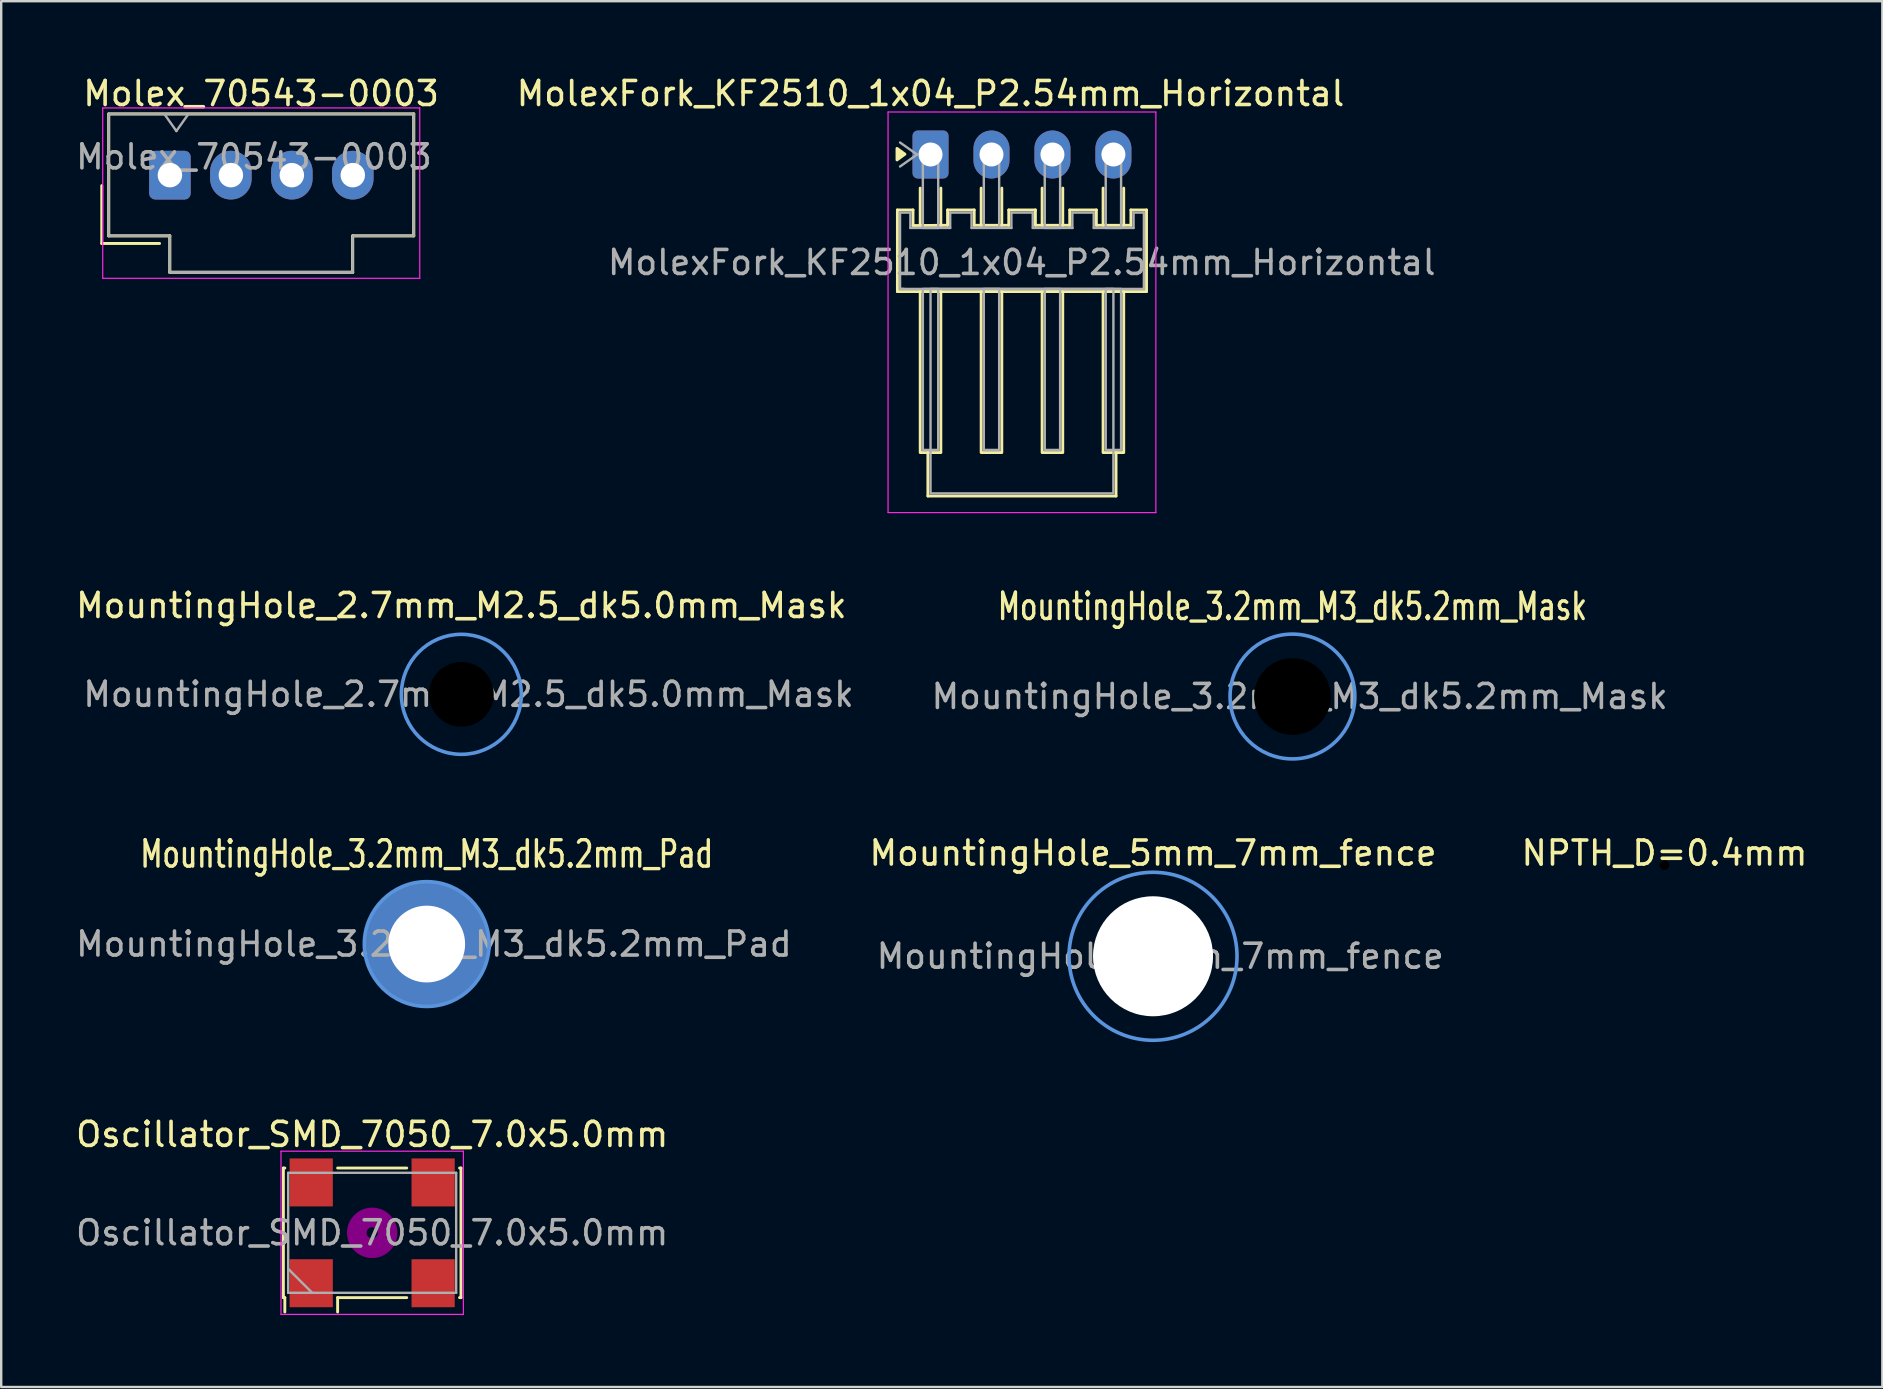
<source format=kicad_pcb>
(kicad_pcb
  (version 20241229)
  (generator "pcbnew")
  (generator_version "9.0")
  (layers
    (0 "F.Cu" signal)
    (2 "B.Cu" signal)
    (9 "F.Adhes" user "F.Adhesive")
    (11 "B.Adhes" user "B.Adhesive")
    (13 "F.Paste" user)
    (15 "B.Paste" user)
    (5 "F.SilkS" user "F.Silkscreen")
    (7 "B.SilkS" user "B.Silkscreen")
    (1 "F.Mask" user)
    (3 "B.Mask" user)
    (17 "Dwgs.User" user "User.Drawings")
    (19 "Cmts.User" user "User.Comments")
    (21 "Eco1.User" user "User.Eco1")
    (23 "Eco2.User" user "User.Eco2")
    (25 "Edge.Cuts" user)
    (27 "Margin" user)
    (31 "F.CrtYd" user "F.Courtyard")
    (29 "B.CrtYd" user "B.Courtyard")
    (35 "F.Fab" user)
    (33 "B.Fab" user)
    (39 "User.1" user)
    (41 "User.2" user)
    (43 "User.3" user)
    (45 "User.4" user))
  (footprint "MountingHole_5mm_7mm_fence"
    (layer "F.Cu")
    (at 44.994 36.796)
    (property "Reference" "MountingHole_5mm_7mm_fence" (at 0 -4.3 0) (layer "F.SilkS") (effects (font (size 1 1) (thickness 0.15))))
    (attr exclude_from_pos_files exclude_from_bom)
    (fp_circle (center 0 0) (end 3.5 0) (stroke (width 0.15) (type solid)) (fill no) (layer "Cmts.User"))
    (fp_circle (center 0 0) (end 3.5 0) (stroke (width 0.05) (type solid)) (fill no) (layer "F.CrtYd"))
    (fp_text user "${REFERENCE}" (at 0.3 0 0) (layer "F.Fab") (effects (font (size 1 1) (thickness 0.15))))
    (pad "" np_thru_hole circle (at 0 0) (size 5 5) (drill 5) (layers "*.Cu" "*.Mask")))
  (footprint "MountingHole_3.2mm_M3_dk5.2mm_Mask"
    (layer "F.Cu")
    (at 50.804 25.972)
    (property "Reference" "MountingHole_3.2mm_M3_dk5.2mm_Mask" (at 0 -3.75 0) (unlocked yes) (layer "F.SilkS") (effects (font (size 1.1 0.8) (thickness 0.14))))
    (attr exclude_from_pos_files)
    (fp_circle (center 0 0) (end 2.6 0) (stroke (width 0.15) (type solid)) (fill no) (layer "Cmts.User"))
    (fp_circle (center 0 0) (end 2.6 0) (stroke (width 0.05) (type solid)) (fill no) (layer "F.CrtYd"))
    (fp_text user "${REFERENCE}" (at 0.3 0 0) (unlocked yes) (layer "F.Fab") (effects (font (size 1 1) (thickness 0.15))))
    (pad "" np_thru_hole circle (at 0 0) (size 5.2 5.2) (drill 3.2) (layers "*.Mask")))
  (footprint "NPTH_D=0.4mm"
    (layer "F.Cu")
    (at 66.306 32.996)
    (property "Reference" "NPTH_D=0.4mm" (at 0 -0.5 0) (unlocked yes) (layer "F.SilkS") (effects (font (size 1 1) (thickness 0.15))))
    (attr through_hole allow_missing_courtyard)
    (pad "" np_thru_hole circle (at 0 0) (size 0.42 0.42) (drill 0.4) (layers "*.Mask")))
  (footprint "MolexFork_KF2510_1x04_P2.54mm_Horizontal"
    (layer "F.Cu")
    (at 35.723 3.388)
    (property "Reference" "MolexFork_KF2510_1x04_P2.54mm_Horizontal" (at 0 -2.54 0) (layer "F.SilkS") (effects (font (size 1 1) (thickness 0.15))))
    (attr through_hole)
    (fp_line (start -1.38 2.31) (end -1.38 5.71) (stroke (width 0.12) (type default)) (layer "F.SilkS"))
    (fp_line (start -1.38 2.31) (end -0.73 2.31) (stroke (width 0.12) (type default)) (layer "F.SilkS"))
    (fp_line (start -1.38 5.71) (end -0.11 5.71) (stroke (width 0.12) (type default)) (layer "F.SilkS"))
    (fp_line (start -0.73 2.31) (end -0.73 2.96) (stroke (width 0.12) (type default)) (layer "F.SilkS"))
    (fp_line (start -0.73 2.96) (end 0.71 2.95) (stroke (width 0.12) (type default)) (layer "F.SilkS"))
    (fp_line (start -0.43 1.4) (end -0.43 2.95) (stroke (width 0.12) (type default)) (layer "F.SilkS"))
    (fp_line (start -0.11 5.71) (end 5.19 5.71) (stroke (width 0.12) (type default)) (layer "F.SilkS"))
    (fp_line (start -0.11 12.42) (end -0.11 14.23) (stroke (width 0.12) (type default)) (layer "F.SilkS"))
    (fp_line (start 0.43 1.4) (end 0.43 2.95) (stroke (width 0.12) (type default)) (layer "F.SilkS"))
    (fp_line (start 0.71 2.31) (end 1.82 2.31) (stroke (width 0.12) (type default)) (layer "F.SilkS"))
    (fp_line (start 0.71 2.95) (end 0.71 2.31) (stroke (width 0.12) (type default)) (layer "F.SilkS"))
    (fp_line (start 1.82 2.31) (end 1.82 2.95) (stroke (width 0.12) (type default)) (layer "F.SilkS"))
    (fp_line (start 1.82 2.95) (end 3.26 2.95) (stroke (width 0.12) (type default)) (layer "F.SilkS"))
    (fp_line (start 2.11 1.4) (end 2.11 2.95) (stroke (width 0.12) (type default)) (layer "F.SilkS"))
    (fp_line (start 2.97 1.4) (end 2.97 2.95) (stroke (width 0.12) (type default)) (layer "F.SilkS"))
    (fp_line (start 3.26 2.31) (end 4.37 2.31) (stroke (width 0.12) (type default)) (layer "F.SilkS"))
    (fp_line (start 3.26 2.95) (end 3.26 2.31) (stroke (width 0.12) (type default)) (layer "F.SilkS"))
    (fp_line (start 4.37 2.31) (end 4.37 2.95) (stroke (width 0.12) (type default)) (layer "F.SilkS"))
    (fp_line (start 4.37 2.95) (end 5.81 2.95) (stroke (width 0.12) (type default)) (layer "F.SilkS"))
    (fp_line (start 4.65 1.4) (end 4.65 2.95) (stroke (width 0.12) (type default)) (layer "F.SilkS"))
    (fp_line (start 5.19 5.71) (end 9 5.71) (stroke (width 0.12) (type default)) (layer "F.SilkS"))
    (fp_line (start 5.51 1.4) (end 5.51 2.95) (stroke (width 0.12) (type default)) (layer "F.SilkS"))
    (fp_line (start 5.8 2.31) (end 6.91 2.31) (stroke (width 0.12) (type default)) (layer "F.SilkS"))
    (fp_line (start 5.8 2.95) (end 5.8 2.31) (stroke (width 0.12) (type default)) (layer "F.SilkS"))
    (fp_line (start 6.91 2.31) (end 6.91 2.95) (stroke (width 0.12) (type default)) (layer "F.SilkS"))
    (fp_line (start 6.91 2.95) (end 8.35 2.95) (stroke (width 0.12) (type default)) (layer "F.SilkS"))
    (fp_line (start 7.19 1.4) (end 7.19 2.95) (stroke (width 0.12) (type default)) (layer "F.SilkS"))
    (fp_line (start 7.73 14.23) (end -0.11 14.23) (stroke (width 0.12) (type default)) (layer "F.SilkS"))
    (fp_line (start 7.73 14.23) (end 7.73 12.42) (stroke (width 0.12) (type default)) (layer "F.SilkS"))
    (fp_line (start 8.05 1.4) (end 8.05 2.95) (stroke (width 0.12) (type default)) (layer "F.SilkS"))
    (fp_line (start 8.35 2.31) (end 9 2.31) (stroke (width 0.12) (type default)) (layer "F.SilkS"))
    (fp_line (start 8.35 2.95) (end 8.35 2.31) (stroke (width 0.12) (type default)) (layer "F.SilkS"))
    (fp_line (start 9 5.71) (end 9 2.31) (stroke (width 0.12) (type default)) (layer "F.SilkS"))
    (fp_rect (start -0.43 5.71) (end 0.43 12.42) (stroke (width 0.12) (type default)) (fill no) (layer "F.SilkS"))
    (fp_rect (start 2.11 5.71) (end 2.97 12.42) (stroke (width 0.12) (type default)) (fill no) (layer "F.SilkS"))
    (fp_rect (start 4.65 5.71) (end 5.51 12.42) (stroke (width 0.12) (type default)) (fill no) (layer "F.SilkS"))
    (fp_rect (start 7.19 5.71) (end 8.05 12.42) (stroke (width 0.12) (type default)) (fill no) (layer "F.SilkS"))
    (fp_poly (pts (xy -1.067 -0.014) (xy -1.397 0.226) (xy -1.397 -0.254) (xy -1.067 -0.014)) (stroke (width 0.12) (type solid)) (fill yes) (layer "F.SilkS"))
    (fp_line (start -1.77 -1.77) (end 9.39 -1.77) (stroke (width 0.05) (type solid)) (layer "F.CrtYd"))
    (fp_line (start -1.77 14.92) (end -1.77 -1.77) (stroke (width 0.05) (type solid)) (layer "F.CrtYd"))
    (fp_line (start 9.39 -1.77) (end 9.39 14.92) (stroke (width 0.05) (type solid)) (layer "F.CrtYd"))
    (fp_line (start 9.39 14.92) (end -1.77 14.92) (stroke (width 0.05) (type solid)) (layer "F.CrtYd"))
    (fp_line (start -1.27 0.5) (end -0.563 0) (stroke (width 0.1) (type solid)) (layer "F.Fab"))
    (fp_line (start -1.27 2.42) (end -0.84 2.42) (stroke (width 0.1) (type default)) (layer "F.Fab"))
    (fp_line (start -1.27 5.6) (end -1.27 2.42) (stroke (width 0.1) (type default)) (layer "F.Fab"))
    (fp_line (start -1.27 5.6) (end 8.89 5.6) (stroke (width 0.1) (type default)) (layer "F.Fab"))
    (fp_line (start -1.26 5.6) (end -1.11 5.6) (stroke (width 0.1) (type default)) (layer "F.Fab"))
    (fp_line (start -0.84 2.42) (end -0.84 3.06) (stroke (width 0.1) (type default)) (layer "F.Fab"))
    (fp_line (start -0.84 3.06) (end 0.82 3.06) (stroke (width 0.1) (type default)) (layer "F.Fab"))
    (fp_line (start -0.563 0) (end -1.27 -0.5) (stroke (width 0.1) (type solid)) (layer "F.Fab"))
    (fp_line (start 0.82 2.42) (end 1.71 2.42) (stroke (width 0.1) (type default)) (layer "F.Fab"))
    (fp_line (start 0.82 3.06) (end 0.82 2.42) (stroke (width 0.1) (type default)) (layer "F.Fab"))
    (fp_line (start 1.71 2.42) (end 1.71 3.06) (stroke (width 0.1) (type default)) (layer "F.Fab"))
    (fp_line (start 1.71 3.06) (end 3.37 3.06) (stroke (width 0.1) (type default)) (layer "F.Fab"))
    (fp_line (start 3.37 2.42) (end 4.26 2.42) (stroke (width 0.1) (type default)) (layer "F.Fab"))
    (fp_line (start 3.37 3.06) (end 3.37 2.42) (stroke (width 0.1) (type default)) (layer "F.Fab"))
    (fp_line (start 4.26 2.42) (end 4.26 3.06) (stroke (width 0.1) (type default)) (layer "F.Fab"))
    (fp_line (start 4.26 3.06) (end 5.92 3.06) (stroke (width 0.1) (type default)) (layer "F.Fab"))
    (fp_line (start 5.91 2.42) (end 6.8 2.42) (stroke (width 0.1) (type default)) (layer "F.Fab"))
    (fp_line (start 5.91 3.06) (end 5.91 2.42) (stroke (width 0.1) (type default)) (layer "F.Fab"))
    (fp_line (start 6.8 2.42) (end 6.8 3.06) (stroke (width 0.1) (type default)) (layer "F.Fab"))
    (fp_line (start 6.8 3.06) (end 8.46 3.06) (stroke (width 0.1) (type default)) (layer "F.Fab"))
    (fp_line (start 8.46 2.42) (end 8.89 2.42) (stroke (width 0.1) (type default)) (layer "F.Fab"))
    (fp_line (start 8.46 3.06) (end 8.46 2.42) (stroke (width 0.1) (type default)) (layer "F.Fab"))
    (fp_line (start 8.89 5.6) (end 8.89 2.42) (stroke (width 0.1) (type default)) (layer "F.Fab"))
    (fp_rect (start -0.32 -0.32) (end 0.32 3.06) (stroke (width 0.1) (type default)) (fill no) (layer "F.Fab"))
    (fp_rect (start -0.32 5.6) (end 0.32 12.31) (stroke (width 0.1) (type default)) (fill no) (layer "F.Fab"))
    (fp_rect (start 0 5.6) (end 7.62 14.12) (stroke (width 0.1) (type default)) (fill no) (layer "F.Fab"))
    (fp_rect (start 2.22 -0.32) (end 2.86 3.04) (stroke (width 0.1) (type default)) (fill no) (layer "F.Fab"))
    (fp_rect (start 2.22 5.6) (end 2.86 12.31) (stroke (width 0.1) (type default)) (fill no) (layer "F.Fab"))
    (fp_rect (start 4.76 -0.32) (end 5.4 3.06) (stroke (width 0.1) (type default)) (fill no) (layer "F.Fab"))
    (fp_rect (start 4.76 5.6) (end 5.4 12.31) (stroke (width 0.1) (type default)) (fill no) (layer "F.Fab"))
    (fp_rect (start 7.3 -0.32) (end 7.94 3.06) (stroke (width 0.1) (type default)) (fill no) (layer "F.Fab"))
    (fp_rect (start 7.3 5.6) (end 7.94 12.31) (stroke (width 0.1) (type default)) (fill no) (layer "F.Fab"))
    (fp_text user "${REFERENCE}" (at 3.8 4.5 0) (layer "F.Fab") (effects (font (size 1 1) (thickness 0.15))))
    (pad "1" thru_hole roundrect (at 0 0 180) (size 1.5 2) (drill 1) (layers "*.Cu" "*.Mask") (roundrect_rratio 0.144))
    (pad "2" thru_hole oval (at 2.54 0 180) (size 1.5 2) (drill 1) (layers "*.Cu" "*.Mask"))
    (pad "3" thru_hole oval (at 5.08 0 180) (size 1.5 2) (drill 1) (layers "*.Cu" "*.Mask"))
    (pad "4" thru_hole oval (at 7.62 0 180) (size 1.5 2) (drill 1) (layers "*.Cu" "*.Mask")))
  (footprint "MountingHole_2.7mm_M2.5_dk5.0mm_Mask"
    (layer "F.Cu")
    (at 16.173 25.881)
    (property "Reference" "MountingHole_2.7mm_M2.5_dk5.0mm_Mask" (at 0 -3.7 0) (layer "F.SilkS") (effects (font (size 1 1) (thickness 0.15))))
    (attr exclude_from_pos_files exclude_from_bom)
    (fp_circle (center 0 0) (end 2.5 0) (stroke (width 0.15) (type solid)) (fill no) (layer "Cmts.User"))
    (fp_circle (center 0 0) (end 2.5 0) (stroke (width 0.05) (type solid)) (fill no) (layer "F.CrtYd"))
    (fp_text user "${REFERENCE}" (at 0.3 0 0) (layer "F.Fab") (effects (font (size 1 1) (thickness 0.15))))
    (pad "" np_thru_hole circle (at 0 0) (size 5 5) (drill 2.7) (layers "*.Mask")))
  (footprint "MountingHole_3.2mm_M3_dk5.2mm_Pad"
    (layer "F.Cu")
    (at 14.73 36.287)
    (property "Reference" "MountingHole_3.2mm_M3_dk5.2mm_Pad" (at 0 -3.75 0) (unlocked yes) (layer "F.SilkS") (effects (font (size 1.1 0.8) (thickness 0.14))))
    (attr exclude_from_pos_files)
    (fp_circle (center 0 0) (end 2.6 0) (stroke (width 0.15) (type solid)) (fill no) (layer "Cmts.User"))
    (fp_circle (center 0 0) (end 2.6 0) (stroke (width 0.05) (type solid)) (fill no) (layer "F.CrtYd"))
    (fp_text user "${REFERENCE}" (at 0.3 0 0) (unlocked yes) (layer "F.Fab") (effects (font (size 1 1) (thickness 0.15))))
    (pad "" thru_hole circle (at 0 0) (size 5.2 5.2) (drill 3.2) (layers "*.Cu" "*.Mask") (remove_unused_layers yes) (keep_end_layers yes) (zone_layer_connections)))
  (footprint "Oscillator_SMD_7050_7.0x5.0mm"
    (layer "F.Cu")
    (at 12.458 48.319)
    (property "Reference" "Oscillator_SMD_7050_7.0x5.0mm" (at 0 -4.1 0) (layer "F.SilkS") (effects (font (size 1 1) (thickness 0.15))))
    (attr smd)
    (fp_line (start -3.7 -2.7) (end -3.64 -2.7) (stroke (width 0.12) (type solid)) (layer "F.SilkS"))
    (fp_line (start -3.7 2.7) (end -3.7 -2.7) (stroke (width 0.12) (type solid)) (layer "F.SilkS"))
    (fp_line (start -3.64 2.7) (end -3.7 2.7) (stroke (width 0.12) (type solid)) (layer "F.SilkS"))
    (fp_line (start -3.64 3.3) (end -3.64 2.7) (stroke (width 0.12) (type solid)) (layer "F.SilkS"))
    (fp_line (start -1.44 -2.7) (end 1.44 -2.7) (stroke (width 0.12) (type solid)) (layer "F.SilkS"))
    (fp_line (start -1.44 2.7) (end -1.44 3.3) (stroke (width 0.12) (type solid)) (layer "F.SilkS"))
    (fp_line (start 1.44 2.7) (end -1.44 2.7) (stroke (width 0.12) (type solid)) (layer "F.SilkS"))
    (fp_line (start 3.64 -2.7) (end 3.7 -2.7) (stroke (width 0.12) (type solid)) (layer "F.SilkS"))
    (fp_line (start 3.7 -2.7) (end 3.7 2.7) (stroke (width 0.12) (type solid)) (layer "F.SilkS"))
    (fp_line (start 3.7 2.7) (end 3.64 2.7) (stroke (width 0.12) (type solid)) (layer "F.SilkS"))
    (fp_circle (center 0 0) (end 0.233 0) (stroke (width 0.467) (type solid)) (fill no) (layer "F.Adhes"))
    (fp_circle (center 0 0) (end 0.533 0) (stroke (width 0.333) (type solid)) (fill no) (layer "F.Adhes"))
    (fp_circle (center 0 0) (end 0.833 0) (stroke (width 0.333) (type solid)) (fill no) (layer "F.Adhes"))
    (fp_circle (center 0 0) (end 1 0) (stroke (width 0.1) (type solid)) (fill no) (layer "F.Adhes"))
    (fp_line (start -3.8 -3.4) (end -3.8 3.4) (stroke (width 0.05) (type solid)) (layer "F.CrtYd"))
    (fp_line (start -3.8 3.4) (end 3.8 3.4) (stroke (width 0.05) (type solid)) (layer "F.CrtYd"))
    (fp_line (start 3.8 -3.4) (end -3.8 -3.4) (stroke (width 0.05) (type solid)) (layer "F.CrtYd"))
    (fp_line (start 3.8 3.4) (end 3.8 -3.4) (stroke (width 0.05) (type solid)) (layer "F.CrtYd"))
    (fp_line (start -3.5 -2.5) (end -3.5 2.5) (stroke (width 0.1) (type solid)) (layer "F.Fab"))
    (fp_line (start -3.5 1.5) (end -2.5 2.5) (stroke (width 0.1) (type solid)) (layer "F.Fab"))
    (fp_line (start -3.5 2.5) (end 3.5 2.5) (stroke (width 0.1) (type solid)) (layer "F.Fab"))
    (fp_line (start 3.5 -2.5) (end -3.5 -2.5) (stroke (width 0.1) (type solid)) (layer "F.Fab"))
    (fp_line (start 3.5 2.5) (end 3.5 -2.5) (stroke (width 0.1) (type solid)) (layer "F.Fab"))
    (fp_text user "${REFERENCE}" (at 0 0 0) (layer "F.Fab") (effects (font (size 1 1) (thickness 0.15))))
    (pad "1" smd rect (at -2.54 2.1) (size 1.8 2) (layers "F.Cu" "F.Mask" "F.Paste"))
    (pad "2" smd rect (at 2.54 2.1) (size 1.8 2) (layers "F.Cu" "F.Mask" "F.Paste"))
    (pad "3" smd rect (at 2.54 -2.1) (size 1.8 2) (layers "F.Cu" "F.Mask" "F.Paste"))
    (pad "4" smd rect (at -2.54 -2.1) (size 1.8 2) (layers "F.Cu" "F.Mask" "F.Paste")))
  (footprint "Molex_70543-0003"
    (layer "F.Cu")
    (at 4.03 4.248)
    (property "Reference" "Molex_70543-0003" (at 3.8 -3.4 0) (unlocked yes) (layer "F.SilkS") (effects (font (size 1 1) (thickness 0.15))))
    (attr through_hole)
    (fp_line (start -2.841 0.437) (end -2.841 2.847) (stroke (width 0.12) (type solid)) (layer "F.SilkS"))
    (fp_line (start -2.841 2.847) (end -0.431 2.847) (stroke (width 0.12) (type solid)) (layer "F.SilkS"))
    (fp_line (start -2.55 -2.55) (end -2.55 2.53) (stroke (width 0.127) (type solid)) (layer "F.SilkS"))
    (fp_line (start -2.55 2.53) (end -0.005 2.53) (stroke (width 0.127) (type solid)) (layer "F.SilkS"))
    (fp_line (start -0.005 2.53) (end -0.005 4.05) (stroke (width 0.127) (type solid)) (layer "F.SilkS"))
    (fp_line (start -0.005 4.05) (end 7.615 4.05) (stroke (width 0.127) (type solid)) (layer "F.SilkS"))
    (fp_line (start 7.615 2.53) (end 10.16 2.53) (stroke (width 0.127) (type solid)) (layer "F.SilkS"))
    (fp_line (start 7.615 4.05) (end 7.615 2.53) (stroke (width 0.127) (type solid)) (layer "F.SilkS"))
    (fp_line (start 10.16 -2.55) (end -2.55 -2.55) (stroke (width 0.127) (type solid)) (layer "F.SilkS"))
    (fp_line (start 10.16 2.53) (end 10.16 -2.55) (stroke (width 0.127) (type solid)) (layer "F.SilkS"))
    (fp_line (start -2.8 -2.8) (end -2.8 4.3) (stroke (width 0.05) (type solid)) (layer "F.CrtYd"))
    (fp_line (start -2.8 4.3) (end 10.41 4.3) (stroke (width 0.05) (type solid)) (layer "F.CrtYd"))
    (fp_line (start 10.41 -2.8) (end -2.8 -2.8) (stroke (width 0.05) (type solid)) (layer "F.CrtYd"))
    (fp_line (start 10.41 4.3) (end 10.41 -2.8) (stroke (width 0.05) (type solid)) (layer "F.CrtYd"))
    (fp_line (start -2.55 -2.55) (end -2.55 2.53) (stroke (width 0.1) (type solid)) (layer "F.Fab"))
    (fp_line (start -2.55 2.53) (end -0.005 2.53) (stroke (width 0.1) (type solid)) (layer "F.Fab"))
    (fp_line (start -0.005 2.53) (end -0.005 4.05) (stroke (width 0.1) (type solid)) (layer "F.Fab"))
    (fp_line (start -0.005 4.05) (end 7.615 4.05) (stroke (width 0.127) (type solid)) (layer "F.Fab"))
    (fp_line (start 0.269 -1.838) (end -0.231 -2.545) (stroke (width 0.1) (type solid)) (layer "F.Fab"))
    (fp_line (start 0.769 -2.545) (end 0.269 -1.838) (stroke (width 0.1) (type solid)) (layer "F.Fab"))
    (fp_line (start 7.615 2.53) (end 10.16 2.53) (stroke (width 0.1) (type solid)) (layer "F.Fab"))
    (fp_line (start 7.615 4.05) (end 7.615 2.53) (stroke (width 0.1) (type solid)) (layer "F.Fab"))
    (fp_line (start 10.16 -2.55) (end -2.55 -2.55) (stroke (width 0.1) (type solid)) (layer "F.Fab"))
    (fp_line (start 10.16 2.53) (end 10.16 -2.55) (stroke (width 0.1) (type solid)) (layer "F.Fab"))
    (fp_text user "${REFERENCE}" (at 3.5 -0.76 0) (unlocked yes) (layer "F.Fab") (effects (font (size 1 1) (thickness 0.15))))
    (pad "1" thru_hole roundrect (at 0 0 90) (size 2.03 1.73) (drill 1.02) (layers "*.Cu" "*.Mask") (roundrect_rratio 0.145))
    (pad "2" thru_hole oval (at 2.54 0 90) (size 2.03 1.73) (drill 1.02) (layers "*.Cu" "*.Mask"))
    (pad "3" thru_hole oval (at 5.08 0 90) (size 2.03 1.73) (drill 1.02) (layers "*.Cu" "*.Mask"))
    (pad "4" thru_hole oval (at 7.62 0 90) (size 2.03 1.73) (drill 1.02) (layers "*.Cu" "*.Mask")))
  (gr_rect
    (start -3 -3)
    (end 75.383 54.744)
    (stroke (width 0.1) (type default))
    (fill no)
    (layer "Edge.Cuts")))
</source>
